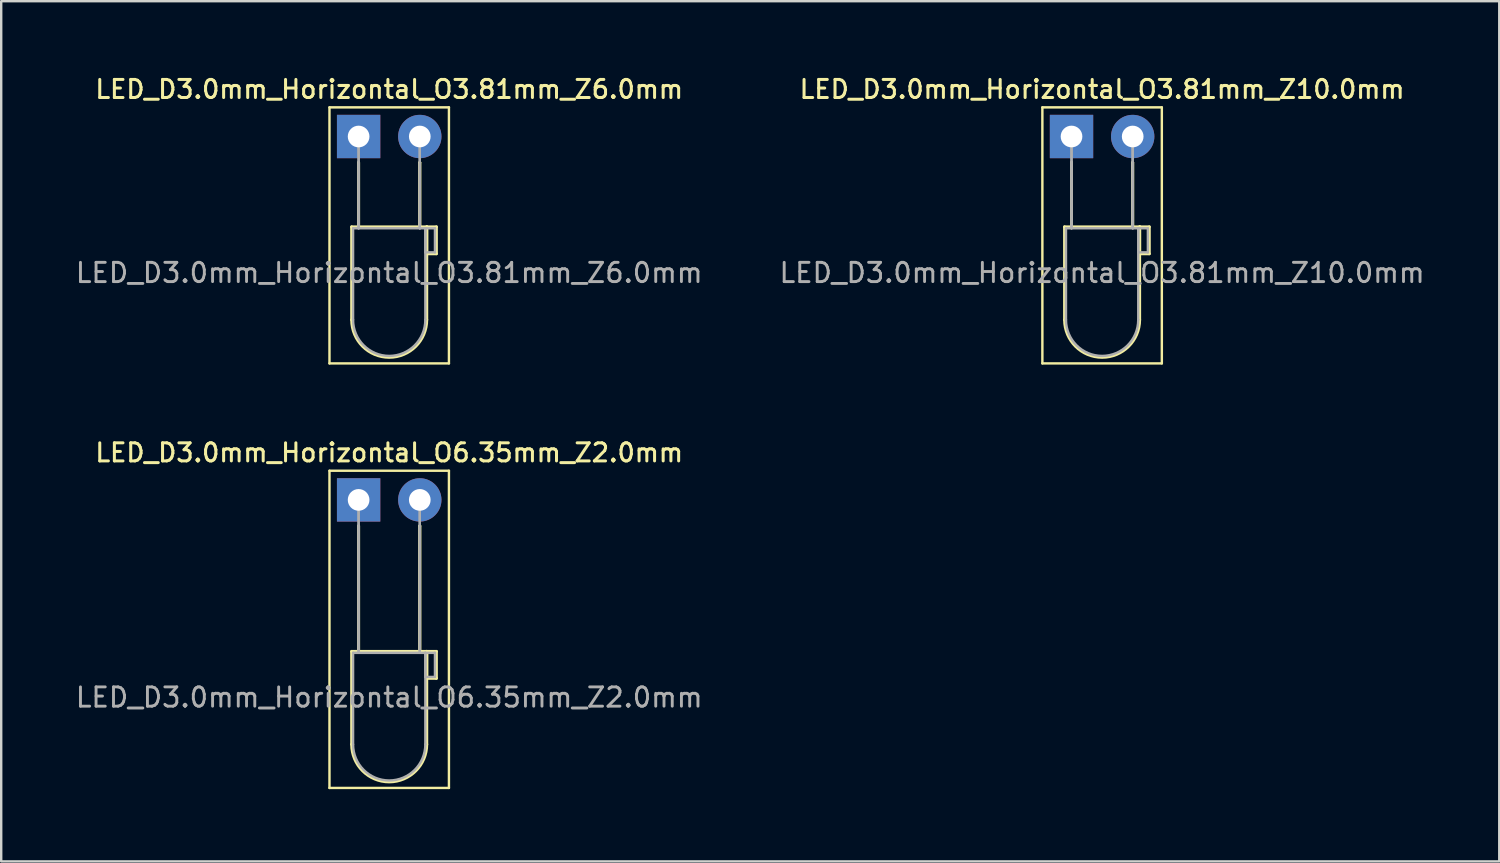
<source format=kicad_pcb>
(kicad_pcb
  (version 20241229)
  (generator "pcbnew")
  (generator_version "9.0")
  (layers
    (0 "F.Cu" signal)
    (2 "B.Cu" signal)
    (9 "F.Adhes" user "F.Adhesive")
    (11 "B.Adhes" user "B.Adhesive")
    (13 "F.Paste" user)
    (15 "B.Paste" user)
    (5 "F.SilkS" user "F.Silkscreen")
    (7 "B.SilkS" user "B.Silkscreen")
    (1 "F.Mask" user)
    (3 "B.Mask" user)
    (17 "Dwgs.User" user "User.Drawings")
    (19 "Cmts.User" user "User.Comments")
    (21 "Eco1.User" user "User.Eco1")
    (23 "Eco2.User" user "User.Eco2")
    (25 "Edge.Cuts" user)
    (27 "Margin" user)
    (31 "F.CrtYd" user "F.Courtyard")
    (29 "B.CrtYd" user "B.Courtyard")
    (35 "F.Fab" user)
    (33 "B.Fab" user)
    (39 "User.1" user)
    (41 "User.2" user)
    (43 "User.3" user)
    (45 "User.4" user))
  (footprint "LED_D3.0mm_Horizontal_O3.81mm_Z10.0mm"
    (layer "F.Cu")
    (at 41.44 2.618)
    (property "Reference" "LED_D3.0mm_Horizontal_O3.81mm_Z10.0mm" (at 1.27 -1.96 0) (layer "F.SilkS") (effects (font (size 0.75 0.75) (thickness 0.125))))
    (attr through_hole)
    (fp_line (start -1.21 -1.21) (end -1.21 9.42) (stroke (width 0.1) (type solid)) (layer "F.SilkS"))
    (fp_line (start -1.21 9.42) (end 3.75 9.42) (stroke (width 0.1) (type solid)) (layer "F.SilkS"))
    (fp_line (start -0.29 3.75) (end -0.29 7.61) (stroke (width 0.12) (type solid)) (layer "F.SilkS"))
    (fp_line (start -0.29 3.75) (end 2.83 3.75) (stroke (width 0.12) (type solid)) (layer "F.SilkS"))
    (fp_line (start 0 1.08) (end 0 1.08) (stroke (width 0.12) (type solid)) (layer "F.SilkS"))
    (fp_line (start 0 1.08) (end 0 3.75) (stroke (width 0.12) (type solid)) (layer "F.SilkS"))
    (fp_line (start 0 3.75) (end 0 1.08) (stroke (width 0.12) (type solid)) (layer "F.SilkS"))
    (fp_line (start 0 3.75) (end 0 3.75) (stroke (width 0.12) (type solid)) (layer "F.SilkS"))
    (fp_line (start 2.54 1.08) (end 2.54 1.08) (stroke (width 0.12) (type solid)) (layer "F.SilkS"))
    (fp_line (start 2.54 1.08) (end 2.54 3.75) (stroke (width 0.12) (type solid)) (layer "F.SilkS"))
    (fp_line (start 2.54 3.75) (end 2.54 1.08) (stroke (width 0.12) (type solid)) (layer "F.SilkS"))
    (fp_line (start 2.54 3.75) (end 2.54 3.75) (stroke (width 0.12) (type solid)) (layer "F.SilkS"))
    (fp_line (start 2.83 3.75) (end 2.83 7.61) (stroke (width 0.12) (type solid)) (layer "F.SilkS"))
    (fp_line (start 2.83 3.75) (end 3.23 3.75) (stroke (width 0.12) (type solid)) (layer "F.SilkS"))
    (fp_line (start 2.83 4.87) (end 2.83 3.75) (stroke (width 0.12) (type solid)) (layer "F.SilkS"))
    (fp_line (start 3.23 3.75) (end 3.23 4.87) (stroke (width 0.12) (type solid)) (layer "F.SilkS"))
    (fp_line (start 3.23 4.87) (end 2.83 4.87) (stroke (width 0.12) (type solid)) (layer "F.SilkS"))
    (fp_line (start 3.75 -1.21) (end -1.21 -1.21) (stroke (width 0.1) (type solid)) (layer "F.SilkS"))
    (fp_line (start 3.75 9.42) (end 3.75 -1.21) (stroke (width 0.1) (type solid)) (layer "F.SilkS"))
    (fp_arc (start 2.83 7.61) (mid 1.27 9.17) (end -0.29 7.61) (stroke (width 0.12) (type solid)) (layer "F.SilkS"))
    (fp_line (start -0.23 3.81) (end -0.23 7.61) (stroke (width 0.1) (type solid)) (layer "F.Fab"))
    (fp_line (start -0.23 3.81) (end 2.77 3.81) (stroke (width 0.1) (type solid)) (layer "F.Fab"))
    (fp_line (start 0 0) (end 0 0) (stroke (width 0.1) (type solid)) (layer "F.Fab"))
    (fp_line (start 0 0) (end 0 3.81) (stroke (width 0.1) (type solid)) (layer "F.Fab"))
    (fp_line (start 0 3.81) (end 0 0) (stroke (width 0.1) (type solid)) (layer "F.Fab"))
    (fp_line (start 0 3.81) (end 0 3.81) (stroke (width 0.1) (type solid)) (layer "F.Fab"))
    (fp_line (start 2.54 0) (end 2.54 0) (stroke (width 0.1) (type solid)) (layer "F.Fab"))
    (fp_line (start 2.54 0) (end 2.54 3.81) (stroke (width 0.1) (type solid)) (layer "F.Fab"))
    (fp_line (start 2.54 3.81) (end 2.54 0) (stroke (width 0.1) (type solid)) (layer "F.Fab"))
    (fp_line (start 2.54 3.81) (end 2.54 3.81) (stroke (width 0.1) (type solid)) (layer "F.Fab"))
    (fp_line (start 2.77 3.81) (end 2.77 7.61) (stroke (width 0.1) (type solid)) (layer "F.Fab"))
    (fp_line (start 2.77 3.81) (end 3.17 3.81) (stroke (width 0.1) (type solid)) (layer "F.Fab"))
    (fp_line (start 2.77 4.81) (end 2.77 3.81) (stroke (width 0.1) (type solid)) (layer "F.Fab"))
    (fp_line (start 3.17 3.81) (end 3.17 4.81) (stroke (width 0.1) (type solid)) (layer "F.Fab"))
    (fp_line (start 3.17 4.81) (end 2.77 4.81) (stroke (width 0.1) (type solid)) (layer "F.Fab"))
    (fp_arc (start 2.77 7.61) (mid 1.27 9.11) (end -0.23 7.61) (stroke (width 0.1) (type solid)) (layer "F.Fab"))
    (fp_text user "${REFERENCE}" (at 1.27 5.66 0) (layer "F.Fab") (effects (font (size 0.8 0.8) (thickness 0.12))))
    (pad "1" thru_hole rect (at 0 0) (size 1.8 1.8) (drill 0.9) (layers "*.Cu" "*.Mask"))
    (pad "2" thru_hole circle (at 2.54 0) (size 1.8 1.8) (drill 0.9) (layers "*.Cu" "*.Mask")))
  (footprint "LED_D3.0mm_Horizontal_O3.81mm_Z6.0mm"
    (layer "F.Cu")
    (at 11.84 2.618)
    (property "Reference" "LED_D3.0mm_Horizontal_O3.81mm_Z6.0mm" (at 1.27 -1.96 0) (layer "F.SilkS") (effects (font (size 0.75 0.75) (thickness 0.125))))
    (attr through_hole)
    (fp_line (start -1.21 -1.21) (end -1.21 9.42) (stroke (width 0.1) (type solid)) (layer "F.SilkS"))
    (fp_line (start -1.21 9.42) (end 3.75 9.42) (stroke (width 0.1) (type solid)) (layer "F.SilkS"))
    (fp_line (start -0.29 3.75) (end -0.29 7.61) (stroke (width 0.12) (type solid)) (layer "F.SilkS"))
    (fp_line (start -0.29 3.75) (end 2.83 3.75) (stroke (width 0.12) (type solid)) (layer "F.SilkS"))
    (fp_line (start 0 1.08) (end 0 1.08) (stroke (width 0.12) (type solid)) (layer "F.SilkS"))
    (fp_line (start 0 1.08) (end 0 3.75) (stroke (width 0.12) (type solid)) (layer "F.SilkS"))
    (fp_line (start 0 3.75) (end 0 1.08) (stroke (width 0.12) (type solid)) (layer "F.SilkS"))
    (fp_line (start 0 3.75) (end 0 3.75) (stroke (width 0.12) (type solid)) (layer "F.SilkS"))
    (fp_line (start 2.54 1.08) (end 2.54 1.08) (stroke (width 0.12) (type solid)) (layer "F.SilkS"))
    (fp_line (start 2.54 1.08) (end 2.54 3.75) (stroke (width 0.12) (type solid)) (layer "F.SilkS"))
    (fp_line (start 2.54 3.75) (end 2.54 1.08) (stroke (width 0.12) (type solid)) (layer "F.SilkS"))
    (fp_line (start 2.54 3.75) (end 2.54 3.75) (stroke (width 0.12) (type solid)) (layer "F.SilkS"))
    (fp_line (start 2.83 3.75) (end 2.83 7.61) (stroke (width 0.12) (type solid)) (layer "F.SilkS"))
    (fp_line (start 2.83 3.75) (end 3.23 3.75) (stroke (width 0.12) (type solid)) (layer "F.SilkS"))
    (fp_line (start 2.83 4.87) (end 2.83 3.75) (stroke (width 0.12) (type solid)) (layer "F.SilkS"))
    (fp_line (start 3.23 3.75) (end 3.23 4.87) (stroke (width 0.12) (type solid)) (layer "F.SilkS"))
    (fp_line (start 3.23 4.87) (end 2.83 4.87) (stroke (width 0.12) (type solid)) (layer "F.SilkS"))
    (fp_line (start 3.75 -1.21) (end -1.21 -1.21) (stroke (width 0.1) (type solid)) (layer "F.SilkS"))
    (fp_line (start 3.75 9.42) (end 3.75 -1.21) (stroke (width 0.1) (type solid)) (layer "F.SilkS"))
    (fp_arc (start 2.83 7.61) (mid 1.27 9.17) (end -0.29 7.61) (stroke (width 0.12) (type solid)) (layer "F.SilkS"))
    (fp_line (start -0.23 3.81) (end -0.23 7.61) (stroke (width 0.1) (type solid)) (layer "F.Fab"))
    (fp_line (start -0.23 3.81) (end 2.77 3.81) (stroke (width 0.1) (type solid)) (layer "F.Fab"))
    (fp_line (start 0 0) (end 0 0) (stroke (width 0.1) (type solid)) (layer "F.Fab"))
    (fp_line (start 0 0) (end 0 3.81) (stroke (width 0.1) (type solid)) (layer "F.Fab"))
    (fp_line (start 0 3.81) (end 0 0) (stroke (width 0.1) (type solid)) (layer "F.Fab"))
    (fp_line (start 0 3.81) (end 0 3.81) (stroke (width 0.1) (type solid)) (layer "F.Fab"))
    (fp_line (start 2.54 0) (end 2.54 0) (stroke (width 0.1) (type solid)) (layer "F.Fab"))
    (fp_line (start 2.54 0) (end 2.54 3.81) (stroke (width 0.1) (type solid)) (layer "F.Fab"))
    (fp_line (start 2.54 3.81) (end 2.54 0) (stroke (width 0.1) (type solid)) (layer "F.Fab"))
    (fp_line (start 2.54 3.81) (end 2.54 3.81) (stroke (width 0.1) (type solid)) (layer "F.Fab"))
    (fp_line (start 2.77 3.81) (end 2.77 7.61) (stroke (width 0.1) (type solid)) (layer "F.Fab"))
    (fp_line (start 2.77 3.81) (end 3.17 3.81) (stroke (width 0.1) (type solid)) (layer "F.Fab"))
    (fp_line (start 2.77 4.81) (end 2.77 3.81) (stroke (width 0.1) (type solid)) (layer "F.Fab"))
    (fp_line (start 3.17 3.81) (end 3.17 4.81) (stroke (width 0.1) (type solid)) (layer "F.Fab"))
    (fp_line (start 3.17 4.81) (end 2.77 4.81) (stroke (width 0.1) (type solid)) (layer "F.Fab"))
    (fp_arc (start 2.77 7.61) (mid 1.27 9.11) (end -0.23 7.61) (stroke (width 0.1) (type solid)) (layer "F.Fab"))
    (fp_text user "${REFERENCE}" (at 1.27 5.66 0) (layer "F.Fab") (effects (font (size 0.8 0.8) (thickness 0.12))))
    (pad "1" thru_hole rect (at 0 0) (size 1.8 1.8) (drill 0.9) (layers "*.Cu" "*.Mask"))
    (pad "2" thru_hole circle (at 2.54 0) (size 1.8 1.8) (drill 0.9) (layers "*.Cu" "*.Mask")))
  (footprint "LED_D3.0mm_Horizontal_O6.35mm_Z2.0mm"
    (layer "F.Cu")
    (at 11.84 17.706)
    (property "Reference" "LED_D3.0mm_Horizontal_O6.35mm_Z2.0mm" (at 1.27 -1.96 0) (layer "F.SilkS") (effects (font (size 0.75 0.75) (thickness 0.125))))
    (attr through_hole)
    (fp_line (start -1.21 -1.21) (end -1.21 11.96) (stroke (width 0.1) (type solid)) (layer "F.SilkS"))
    (fp_line (start -1.21 11.96) (end 3.75 11.96) (stroke (width 0.1) (type solid)) (layer "F.SilkS"))
    (fp_line (start -0.29 6.29) (end -0.29 10.15) (stroke (width 0.12) (type solid)) (layer "F.SilkS"))
    (fp_line (start -0.29 6.29) (end 2.83 6.29) (stroke (width 0.12) (type solid)) (layer "F.SilkS"))
    (fp_line (start 0 1.08) (end 0 1.08) (stroke (width 0.12) (type solid)) (layer "F.SilkS"))
    (fp_line (start 0 1.08) (end 0 6.29) (stroke (width 0.12) (type solid)) (layer "F.SilkS"))
    (fp_line (start 0 6.29) (end 0 1.08) (stroke (width 0.12) (type solid)) (layer "F.SilkS"))
    (fp_line (start 0 6.29) (end 0 6.29) (stroke (width 0.12) (type solid)) (layer "F.SilkS"))
    (fp_line (start 2.54 1.08) (end 2.54 1.08) (stroke (width 0.12) (type solid)) (layer "F.SilkS"))
    (fp_line (start 2.54 1.08) (end 2.54 6.29) (stroke (width 0.12) (type solid)) (layer "F.SilkS"))
    (fp_line (start 2.54 6.29) (end 2.54 1.08) (stroke (width 0.12) (type solid)) (layer "F.SilkS"))
    (fp_line (start 2.54 6.29) (end 2.54 6.29) (stroke (width 0.12) (type solid)) (layer "F.SilkS"))
    (fp_line (start 2.83 6.29) (end 2.83 10.15) (stroke (width 0.12) (type solid)) (layer "F.SilkS"))
    (fp_line (start 2.83 6.29) (end 3.23 6.29) (stroke (width 0.12) (type solid)) (layer "F.SilkS"))
    (fp_line (start 2.83 7.41) (end 2.83 6.29) (stroke (width 0.12) (type solid)) (layer "F.SilkS"))
    (fp_line (start 3.23 6.29) (end 3.23 7.41) (stroke (width 0.12) (type solid)) (layer "F.SilkS"))
    (fp_line (start 3.23 7.41) (end 2.83 7.41) (stroke (width 0.12) (type solid)) (layer "F.SilkS"))
    (fp_line (start 3.75 -1.21) (end -1.21 -1.21) (stroke (width 0.1) (type solid)) (layer "F.SilkS"))
    (fp_line (start 3.75 11.96) (end 3.75 -1.21) (stroke (width 0.1) (type solid)) (layer "F.SilkS"))
    (fp_arc (start 2.83 10.15) (mid 1.27 11.71) (end -0.29 10.15) (stroke (width 0.12) (type solid)) (layer "F.SilkS"))
    (fp_line (start -0.23 6.35) (end -0.23 10.15) (stroke (width 0.1) (type solid)) (layer "F.Fab"))
    (fp_line (start -0.23 6.35) (end 2.77 6.35) (stroke (width 0.1) (type solid)) (layer "F.Fab"))
    (fp_line (start 0 0) (end 0 0) (stroke (width 0.1) (type solid)) (layer "F.Fab"))
    (fp_line (start 0 0) (end 0 6.35) (stroke (width 0.1) (type solid)) (layer "F.Fab"))
    (fp_line (start 0 6.35) (end 0 0) (stroke (width 0.1) (type solid)) (layer "F.Fab"))
    (fp_line (start 0 6.35) (end 0 6.35) (stroke (width 0.1) (type solid)) (layer "F.Fab"))
    (fp_line (start 2.54 0) (end 2.54 0) (stroke (width 0.1) (type solid)) (layer "F.Fab"))
    (fp_line (start 2.54 0) (end 2.54 6.35) (stroke (width 0.1) (type solid)) (layer "F.Fab"))
    (fp_line (start 2.54 6.35) (end 2.54 0) (stroke (width 0.1) (type solid)) (layer "F.Fab"))
    (fp_line (start 2.54 6.35) (end 2.54 6.35) (stroke (width 0.1) (type solid)) (layer "F.Fab"))
    (fp_line (start 2.77 6.35) (end 2.77 10.15) (stroke (width 0.1) (type solid)) (layer "F.Fab"))
    (fp_line (start 2.77 6.35) (end 3.17 6.35) (stroke (width 0.1) (type solid)) (layer "F.Fab"))
    (fp_line (start 2.77 7.35) (end 2.77 6.35) (stroke (width 0.1) (type solid)) (layer "F.Fab"))
    (fp_line (start 3.17 6.35) (end 3.17 7.35) (stroke (width 0.1) (type solid)) (layer "F.Fab"))
    (fp_line (start 3.17 7.35) (end 2.77 7.35) (stroke (width 0.1) (type solid)) (layer "F.Fab"))
    (fp_arc (start 2.77 10.15) (mid 1.27 11.65) (end -0.23 10.15) (stroke (width 0.1) (type solid)) (layer "F.Fab"))
    (fp_text user "${REFERENCE}" (at 1.27 8.2 0) (layer "F.Fab") (effects (font (size 0.8 0.8) (thickness 0.12))))
    (pad "1" thru_hole rect (at 0 0) (size 1.8 1.8) (drill 0.9) (layers "*.Cu" "*.Mask"))
    (pad "2" thru_hole circle (at 2.54 0) (size 1.8 1.8) (drill 0.9) (layers "*.Cu" "*.Mask")))
  (gr_rect
    (start -3 -3)
    (end 59.2 32.716)
    (stroke (width 0.1) (type default))
    (fill no)
    (layer "Edge.Cuts")))
</source>
